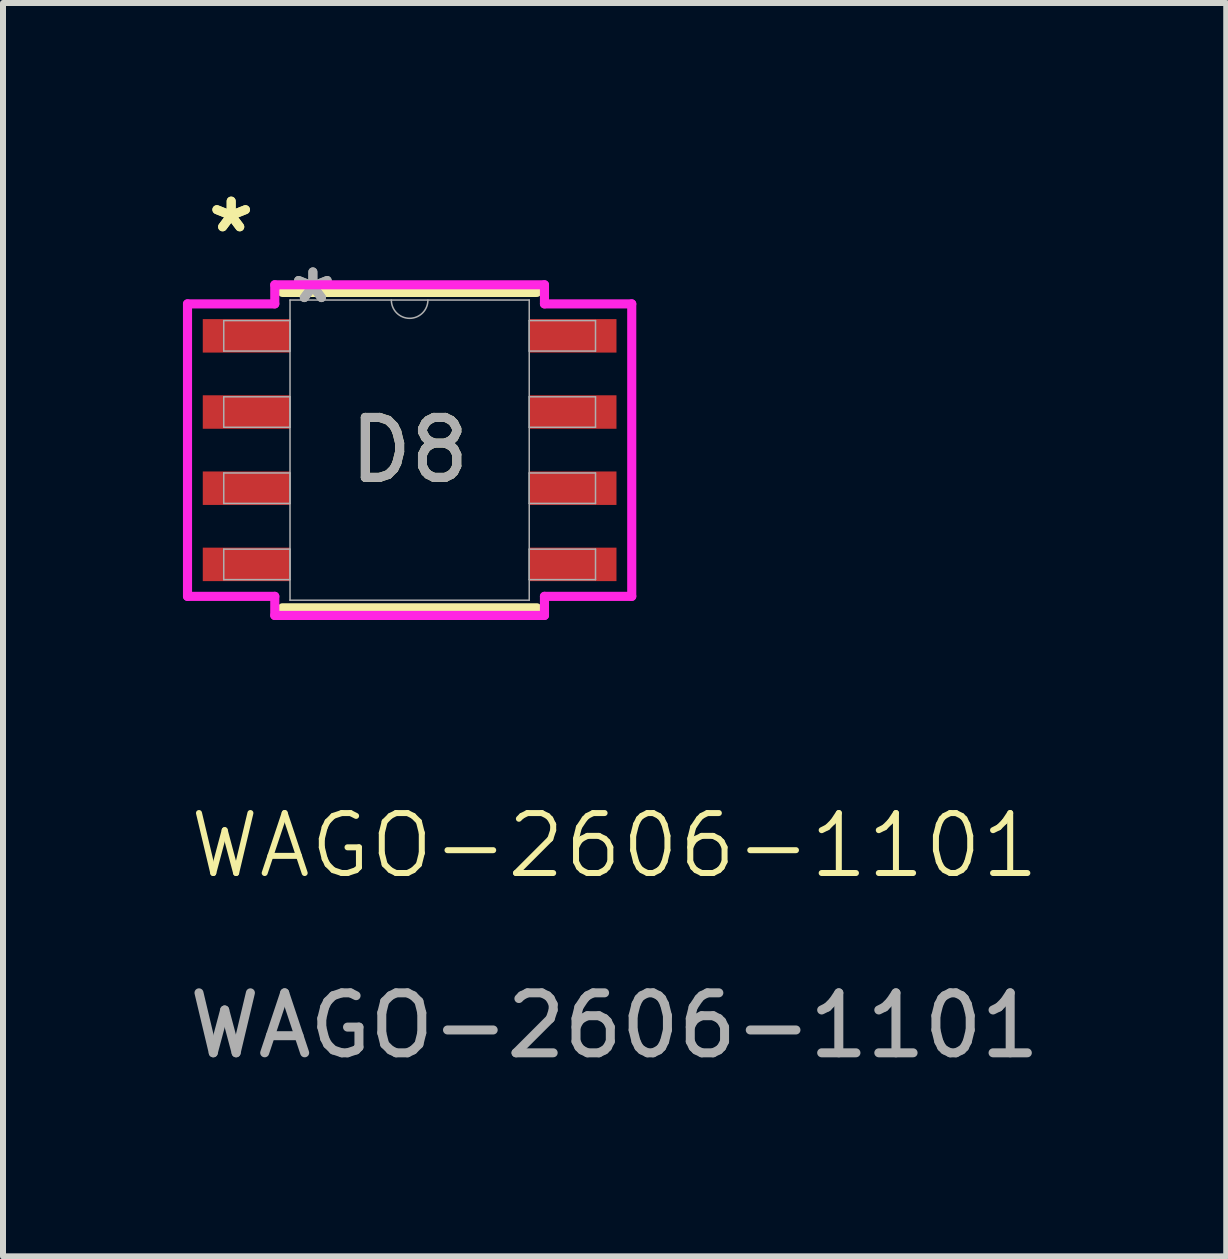
<source format=kicad_pcb>
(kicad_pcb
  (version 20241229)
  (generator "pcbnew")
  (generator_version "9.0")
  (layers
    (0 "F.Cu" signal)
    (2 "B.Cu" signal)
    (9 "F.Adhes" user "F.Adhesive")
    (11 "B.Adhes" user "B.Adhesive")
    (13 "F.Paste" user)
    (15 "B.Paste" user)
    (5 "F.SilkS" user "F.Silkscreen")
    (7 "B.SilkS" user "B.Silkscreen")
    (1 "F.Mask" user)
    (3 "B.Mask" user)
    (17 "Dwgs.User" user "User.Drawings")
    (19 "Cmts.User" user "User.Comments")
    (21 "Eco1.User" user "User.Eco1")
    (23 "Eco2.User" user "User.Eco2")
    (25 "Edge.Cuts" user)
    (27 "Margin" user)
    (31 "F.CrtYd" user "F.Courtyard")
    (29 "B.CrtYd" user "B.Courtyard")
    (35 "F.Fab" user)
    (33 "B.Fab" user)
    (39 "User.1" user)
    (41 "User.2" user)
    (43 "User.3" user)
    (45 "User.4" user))
  (footprint "D8"
    (layer "F.Cu")
    (at 3.779 4.454)
    (property "Reference" "D8" (at 0 0 0) (unlocked yes) (layer "F.SilkS") (effects (font (size 1 1) (thickness 0.15))))
    (attr smd)
    (fp_line (start -2.121 2.629) (end 2.121 2.629) (stroke (width 0.152) (type solid)) (layer "F.SilkS"))
    (fp_line (start 2.121 -2.629) (end -2.121 -2.629) (stroke (width 0.152) (type solid)) (layer "F.SilkS"))
    (fp_line (start -3.703 -2.438) (end -2.248 -2.438) (stroke (width 0.152) (type solid)) (layer "F.CrtYd"))
    (fp_line (start -3.703 2.438) (end -3.703 -2.438) (stroke (width 0.152) (type solid)) (layer "F.CrtYd"))
    (fp_line (start -3.703 2.438) (end -2.248 2.438) (stroke (width 0.152) (type solid)) (layer "F.CrtYd"))
    (fp_line (start -2.248 -2.756) (end 2.248 -2.756) (stroke (width 0.152) (type solid)) (layer "F.CrtYd"))
    (fp_line (start -2.248 -2.438) (end -2.248 -2.756) (stroke (width 0.152) (type solid)) (layer "F.CrtYd"))
    (fp_line (start -2.248 2.756) (end -2.248 2.438) (stroke (width 0.152) (type solid)) (layer "F.CrtYd"))
    (fp_line (start 2.248 -2.756) (end 2.248 -2.438) (stroke (width 0.152) (type solid)) (layer "F.CrtYd"))
    (fp_line (start 2.248 2.438) (end 2.248 2.756) (stroke (width 0.152) (type solid)) (layer "F.CrtYd"))
    (fp_line (start 2.248 2.756) (end -2.248 2.756) (stroke (width 0.152) (type solid)) (layer "F.CrtYd"))
    (fp_line (start 3.703 -2.438) (end 2.248 -2.438) (stroke (width 0.152) (type solid)) (layer "F.CrtYd"))
    (fp_line (start 3.703 -2.438) (end 3.703 2.438) (stroke (width 0.152) (type solid)) (layer "F.CrtYd"))
    (fp_line (start 3.703 2.438) (end 2.248 2.438) (stroke (width 0.152) (type solid)) (layer "F.CrtYd"))
    (fp_line (start -3.099 -2.159) (end -3.099 -1.651) (stroke (width 0.025) (type solid)) (layer "F.Fab"))
    (fp_line (start -3.099 -1.651) (end -1.994 -1.651) (stroke (width 0.025) (type solid)) (layer "F.Fab"))
    (fp_line (start -3.099 -0.889) (end -3.099 -0.381) (stroke (width 0.025) (type solid)) (layer "F.Fab"))
    (fp_line (start -3.099 -0.381) (end -1.994 -0.381) (stroke (width 0.025) (type solid)) (layer "F.Fab"))
    (fp_line (start -3.099 0.381) (end -3.099 0.889) (stroke (width 0.025) (type solid)) (layer "F.Fab"))
    (fp_line (start -3.099 0.889) (end -1.994 0.889) (stroke (width 0.025) (type solid)) (layer "F.Fab"))
    (fp_line (start -3.099 1.651) (end -3.099 2.159) (stroke (width 0.025) (type solid)) (layer "F.Fab"))
    (fp_line (start -3.099 2.159) (end -1.994 2.159) (stroke (width 0.025) (type solid)) (layer "F.Fab"))
    (fp_line (start -1.994 -2.502) (end -1.994 2.502) (stroke (width 0.025) (type solid)) (layer "F.Fab"))
    (fp_line (start -1.994 -2.159) (end -3.099 -2.159) (stroke (width 0.025) (type solid)) (layer "F.Fab"))
    (fp_line (start -1.994 -1.651) (end -1.994 -2.159) (stroke (width 0.025) (type solid)) (layer "F.Fab"))
    (fp_line (start -1.994 -0.889) (end -3.099 -0.889) (stroke (width 0.025) (type solid)) (layer "F.Fab"))
    (fp_line (start -1.994 -0.381) (end -1.994 -0.889) (stroke (width 0.025) (type solid)) (layer "F.Fab"))
    (fp_line (start -1.994 0.381) (end -3.099 0.381) (stroke (width 0.025) (type solid)) (layer "F.Fab"))
    (fp_line (start -1.994 0.889) (end -1.994 0.381) (stroke (width 0.025) (type solid)) (layer "F.Fab"))
    (fp_line (start -1.994 1.651) (end -3.099 1.651) (stroke (width 0.025) (type solid)) (layer "F.Fab"))
    (fp_line (start -1.994 2.159) (end -1.994 1.651) (stroke (width 0.025) (type solid)) (layer "F.Fab"))
    (fp_line (start -1.994 2.502) (end 1.994 2.502) (stroke (width 0.025) (type solid)) (layer "F.Fab"))
    (fp_line (start 1.994 -2.502) (end -1.994 -2.502) (stroke (width 0.025) (type solid)) (layer "F.Fab"))
    (fp_line (start 1.994 -2.159) (end 1.994 -1.651) (stroke (width 0.025) (type solid)) (layer "F.Fab"))
    (fp_line (start 1.994 -1.651) (end 3.099 -1.651) (stroke (width 0.025) (type solid)) (layer "F.Fab"))
    (fp_line (start 1.994 -0.889) (end 1.994 -0.381) (stroke (width 0.025) (type solid)) (layer "F.Fab"))
    (fp_line (start 1.994 -0.381) (end 3.099 -0.381) (stroke (width 0.025) (type solid)) (layer "F.Fab"))
    (fp_line (start 1.994 0.381) (end 1.994 0.889) (stroke (width 0.025) (type solid)) (layer "F.Fab"))
    (fp_line (start 1.994 0.889) (end 3.099 0.889) (stroke (width 0.025) (type solid)) (layer "F.Fab"))
    (fp_line (start 1.994 1.651) (end 1.994 2.159) (stroke (width 0.025) (type solid)) (layer "F.Fab"))
    (fp_line (start 1.994 2.159) (end 3.099 2.159) (stroke (width 0.025) (type solid)) (layer "F.Fab"))
    (fp_line (start 1.994 2.502) (end 1.994 -2.502) (stroke (width 0.025) (type solid)) (layer "F.Fab"))
    (fp_line (start 3.099 -2.159) (end 1.994 -2.159) (stroke (width 0.025) (type solid)) (layer "F.Fab"))
    (fp_line (start 3.099 -1.651) (end 3.099 -2.159) (stroke (width 0.025) (type solid)) (layer "F.Fab"))
    (fp_line (start 3.099 -0.889) (end 1.994 -0.889) (stroke (width 0.025) (type solid)) (layer "F.Fab"))
    (fp_line (start 3.099 -0.381) (end 3.099 -0.889) (stroke (width 0.025) (type solid)) (layer "F.Fab"))
    (fp_line (start 3.099 0.381) (end 1.994 0.381) (stroke (width 0.025) (type solid)) (layer "F.Fab"))
    (fp_line (start 3.099 0.889) (end 3.099 0.381) (stroke (width 0.025) (type solid)) (layer "F.Fab"))
    (fp_line (start 3.099 1.651) (end 1.994 1.651) (stroke (width 0.025) (type solid)) (layer "F.Fab"))
    (fp_line (start 3.099 2.159) (end 3.099 1.651) (stroke (width 0.025) (type solid)) (layer "F.Fab"))
    (fp_arc (start 0.3048 -2.5019) (mid 0 -2.1971) (end -0.3048 -2.5019) (stroke (width 0.0254) (type solid)) (layer "F.Fab"))
    (fp_text user "*" (at -2.975 -3.606 0) (unlocked yes) (layer "F.SilkS") (effects (font (size 1 1) (thickness 0.15))))
    (fp_text user "*" (at -2.975 -3.606 0) (layer "F.SilkS") (effects (font (size 1 1) (thickness 0.15))))
    (fp_text user "*" (at -1.613 -2.426 0) (layer "F.Fab") (effects (font (size 1 1) (thickness 0.15))))
    (fp_text user "${REFERENCE}" (at 0 0 0) (unlocked yes) (layer "F.Fab") (effects (font (size 1 1) (thickness 0.15))))
    (fp_text user "*" (at -1.613 -2.426 0) (unlocked yes) (layer "F.Fab") (effects (font (size 1 1) (thickness 0.15))))
    (pad "1" smd rect (at -2.721 -1.905) (size 1.455 0.558) (layers "F.Cu" "F.Mask" "F.Paste"))
    (pad "2" smd rect (at -2.721 -0.635) (size 1.455 0.558) (layers "F.Cu" "F.Mask" "F.Paste"))
    (pad "3" smd rect (at -2.721 0.635) (size 1.455 0.558) (layers "F.Cu" "F.Mask" "F.Paste"))
    (pad "4" smd rect (at -2.721 1.905) (size 1.455 0.558) (layers "F.Cu" "F.Mask" "F.Paste"))
    (pad "5" smd rect (at 2.721 1.905) (size 1.455 0.558) (layers "F.Cu" "F.Mask" "F.Paste"))
    (pad "6" smd rect (at 2.721 0.635) (size 1.455 0.558) (layers "F.Cu" "F.Mask" "F.Paste"))
    (pad "7" smd rect (at 2.721 -0.635) (size 1.455 0.558) (layers "F.Cu" "F.Mask" "F.Paste"))
    (pad "8" smd rect (at 2.721 -1.905) (size 1.455 0.558) (layers "F.Cu" "F.Mask" "F.Paste")))
  (footprint "WAGO-2606-1101"
    (layer "F.Cu")
    (at 7.196 11.547)
    (property "Reference" "WAGO-2606-1101" (at 0 -0.5 0) (unlocked yes) (layer "F.SilkS") (effects (font (size 1 1) (thickness 0.1))))
    (attr smd)
    (fp_text user "${REFERENCE}" (at 0 2.5 0) (unlocked yes) (layer "F.Fab") (effects (font (size 1 1) (thickness 0.15)))))
  (gr_rect
    (start -3 -3)
    (end 17.393 17.895)
    (stroke (width 0.1) (type default))
    (fill no)
    (layer "Edge.Cuts")))
</source>
